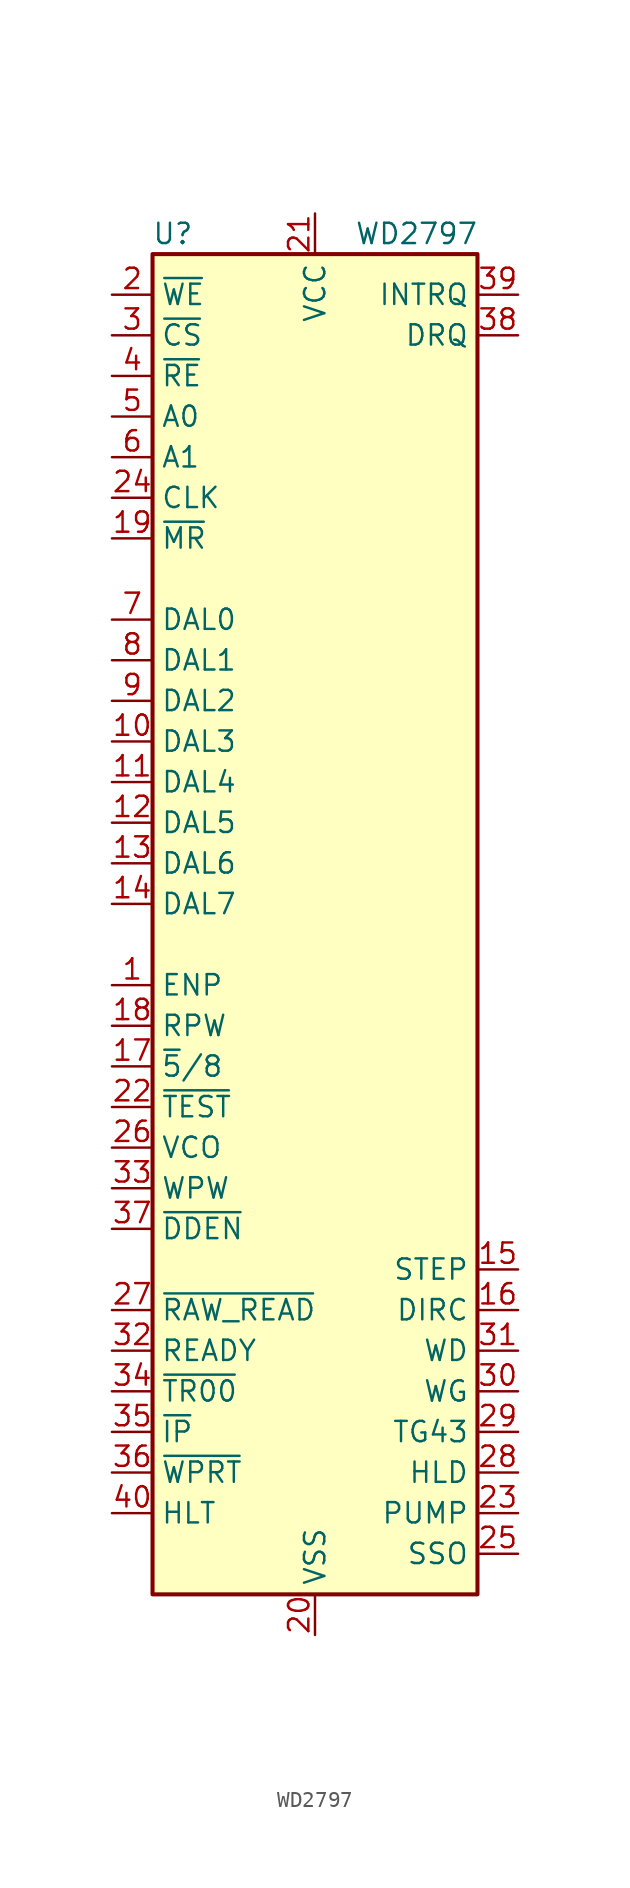
<source format=kicad_sym>
(kicad_symbol_lib
  (version 20241209)
  (generator "kicad_symbol_editor")
  (generator_version "9.0")
  (symbol "WD2797"
    (property "Reference" "U"
      (at -8.89 44.45 0)
      (effects (font (size 1.27 1.27))))
    (property "Value" "WD2797"
      (at 6.35 44.45 0)
      (effects (font (size 1.27 1.27))))
    (symbol "WD2797_0_1"
      (rectangle (start -10.16 43.18) (end 10.16 -40.64) (stroke (width 0.254) (type default)) (fill (type background))))
    (symbol "WD2797_1_1"
      (pin input line (at -12.7 40.64 0) (length 2.54) (name "~{WE}" (effects (font (size 1.27 1.27)))) (number "2" (effects (font (size 1.27 1.27)))))
      (pin input line (at -12.7 38.1 0) (length 2.54) (name "~{CS}" (effects (font (size 1.27 1.27)))) (number "3" (effects (font (size 1.27 1.27)))))
      (pin input line (at -12.7 35.56 0) (length 2.54) (name "~{RE}" (effects (font (size 1.27 1.27)))) (number "4" (effects (font (size 1.27 1.27)))))
      (pin input line (at -12.7 33.02 0) (length 2.54) (name "A0" (effects (font (size 1.27 1.27)))) (number "5" (effects (font (size 1.27 1.27)))))
      (pin input line (at -12.7 30.48 0) (length 2.54) (name "A1" (effects (font (size 1.27 1.27)))) (number "6" (effects (font (size 1.27 1.27)))))
      (pin input line (at -12.7 27.94 0) (length 2.54) (name "CLK" (effects (font (size 1.27 1.27)))) (number "24" (effects (font (size 1.27 1.27)))))
      (pin input line (at -12.7 25.4 0) (length 2.54) (name "~{MR}" (effects (font (size 1.27 1.27)))) (number "19" (effects (font (size 1.27 1.27)))))
      (pin tri_state line (at -12.7 20.32 0) (length 2.54) (name "DAL0" (effects (font (size 1.27 1.27)))) (number "7" (effects (font (size 1.27 1.27)))))
      (pin tri_state line (at -12.7 17.78 0) (length 2.54) (name "DAL1" (effects (font (size 1.27 1.27)))) (number "8" (effects (font (size 1.27 1.27)))))
      (pin tri_state line (at -12.7 15.24 0) (length 2.54) (name "DAL2" (effects (font (size 1.27 1.27)))) (number "9" (effects (font (size 1.27 1.27)))))
      (pin tri_state line (at -12.7 12.7 0) (length 2.54) (name "DAL3" (effects (font (size 1.27 1.27)))) (number "10" (effects (font (size 1.27 1.27)))))
      (pin tri_state line (at -12.7 10.16 0) (length 2.54) (name "DAL4" (effects (font (size 1.27 1.27)))) (number "11" (effects (font (size 1.27 1.27)))))
      (pin tri_state line (at -12.7 7.62 0) (length 2.54) (name "DAL5" (effects (font (size 1.27 1.27)))) (number "12" (effects (font (size 1.27 1.27)))))
      (pin tri_state line (at -12.7 5.08 0) (length 2.54) (name "DAL6" (effects (font (size 1.27 1.27)))) (number "13" (effects (font (size 1.27 1.27)))))
      (pin tri_state line (at -12.7 2.54 0) (length 2.54) (name "DAL7" (effects (font (size 1.27 1.27)))) (number "14" (effects (font (size 1.27 1.27)))))
      (pin input line (at -12.7 -2.54 0) (length 2.54) (name "ENP" (effects (font (size 1.27 1.27)))) (number "1" (effects (font (size 1.27 1.27)))))
      (pin input line (at -12.7 -5.08 0) (length 2.54) (name "RPW" (effects (font (size 1.27 1.27)))) (number "18" (effects (font (size 1.27 1.27)))))
      (pin input line (at -12.7 -7.62 0) (length 2.54) (name "~{5}/8" (effects (font (size 1.27 1.27)))) (number "17" (effects (font (size 1.27 1.27)))))
      (pin input line (at -12.7 -10.16 0) (length 2.54) (name "~{TEST}" (effects (font (size 1.27 1.27)))) (number "22" (effects (font (size 1.27 1.27)))))
      (pin input line (at -12.7 -12.7 0) (length 2.54) (name "VCO" (effects (font (size 1.27 1.27)))) (number "26" (effects (font (size 1.27 1.27)))))
      (pin input line (at -12.7 -15.24 0) (length 2.54) (name "WPW" (effects (font (size 1.27 1.27)))) (number "33" (effects (font (size 1.27 1.27)))))
      (pin input line (at -12.7 -17.78 0) (length 2.54) (name "~{DDEN}" (effects (font (size 1.27 1.27)))) (number "37" (effects (font (size 1.27 1.27)))))
      (pin input line (at -12.7 -22.86 0) (length 2.54) (name "~{RAW_READ}" (effects (font (size 1.27 1.27)))) (number "27" (effects (font (size 1.27 1.27)))))
      (pin input line (at -12.7 -25.4 0) (length 2.54) (name "READY" (effects (font (size 1.27 1.27)))) (number "32" (effects (font (size 1.27 1.27)))))
      (pin input line (at -12.7 -27.94 0) (length 2.54) (name "~{TR00}" (effects (font (size 1.27 1.27)))) (number "34" (effects (font (size 1.27 1.27)))))
      (pin input line (at -12.7 -30.48 0) (length 2.54) (name "~{IP}" (effects (font (size 1.27 1.27)))) (number "35" (effects (font (size 1.27 1.27)))))
      (pin input line (at -12.7 -33.02 0) (length 2.54) (name "~{WPRT}" (effects (font (size 1.27 1.27)))) (number "36" (effects (font (size 1.27 1.27)))))
      (pin input line (at -12.7 -35.56 0) (length 2.54) (name "HLT" (effects (font (size 1.27 1.27)))) (number "40" (effects (font (size 1.27 1.27)))))
      (pin power_in line (at 0 45.72 270) (length 2.54) (name "VCC" (effects (font (size 1.27 1.27)))) (number "21" (effects (font (size 1.27 1.27)))))
      (pin power_in line (at 0 -43.18 90) (length 2.54) (name "VSS" (effects (font (size 1.27 1.27)))) (number "20" (effects (font (size 1.27 1.27)))))
      (pin output line (at 12.7 40.64 180) (length 2.54) (name "INTRQ" (effects (font (size 1.27 1.27)))) (number "39" (effects (font (size 1.27 1.27)))))
      (pin output line (at 12.7 38.1 180) (length 2.54) (name "DRQ" (effects (font (size 1.27 1.27)))) (number "38" (effects (font (size 1.27 1.27)))))
      (pin output line (at 12.7 -20.32 180) (length 2.54) (name "STEP" (effects (font (size 1.27 1.27)))) (number "15" (effects (font (size 1.27 1.27)))))
      (pin output line (at 12.7 -22.86 180) (length 2.54) (name "DIRC" (effects (font (size 1.27 1.27)))) (number "16" (effects (font (size 1.27 1.27)))))
      (pin output line (at 12.7 -25.4 180) (length 2.54) (name "WD" (effects (font (size 1.27 1.27)))) (number "31" (effects (font (size 1.27 1.27)))))
      (pin output line (at 12.7 -27.94 180) (length 2.54) (name "WG" (effects (font (size 1.27 1.27)))) (number "30" (effects (font (size 1.27 1.27)))))
      (pin output line (at 12.7 -30.48 180) (length 2.54) (name "TG43" (effects (font (size 1.27 1.27)))) (number "29" (effects (font (size 1.27 1.27)))))
      (pin output line (at 12.7 -33.02 180) (length 2.54) (name "HLD" (effects (font (size 1.27 1.27)))) (number "28" (effects (font (size 1.27 1.27)))))
      (pin output line (at 12.7 -35.56 180) (length 2.54) (name "PUMP" (effects (font (size 1.27 1.27)))) (number "23" (effects (font (size 1.27 1.27)))))
      (pin output line (at 12.7 -38.1 180) (length 2.54) (name "SSO" (effects (font (size 1.27 1.27)))) (number "25" (effects (font (size 1.27 1.27))))))))
</source>
